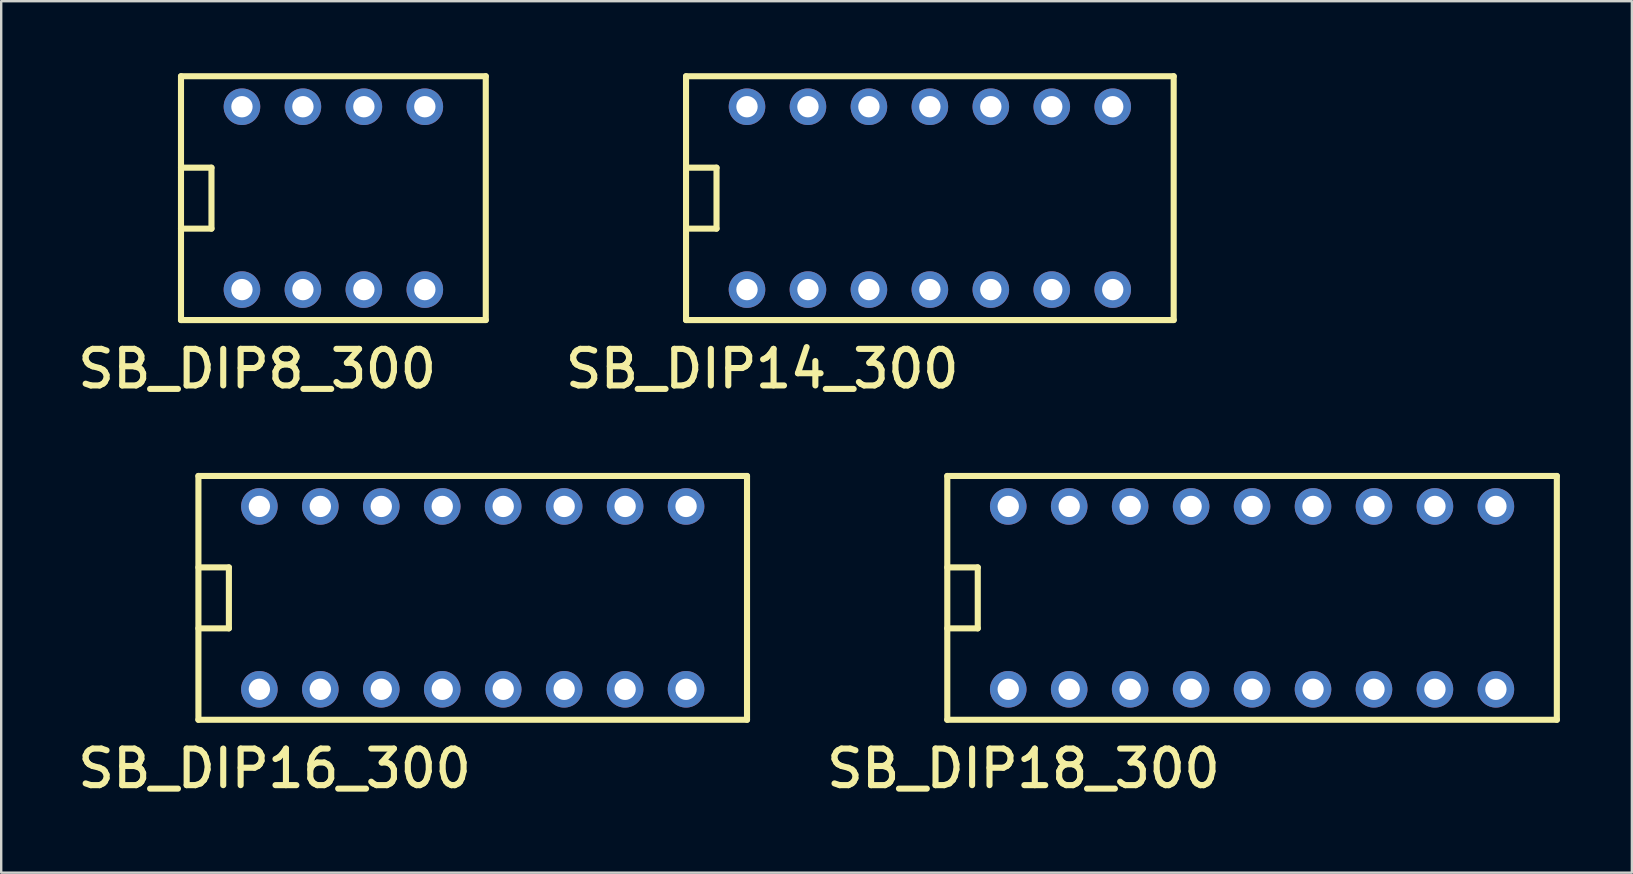
<source format=kicad_pcb>
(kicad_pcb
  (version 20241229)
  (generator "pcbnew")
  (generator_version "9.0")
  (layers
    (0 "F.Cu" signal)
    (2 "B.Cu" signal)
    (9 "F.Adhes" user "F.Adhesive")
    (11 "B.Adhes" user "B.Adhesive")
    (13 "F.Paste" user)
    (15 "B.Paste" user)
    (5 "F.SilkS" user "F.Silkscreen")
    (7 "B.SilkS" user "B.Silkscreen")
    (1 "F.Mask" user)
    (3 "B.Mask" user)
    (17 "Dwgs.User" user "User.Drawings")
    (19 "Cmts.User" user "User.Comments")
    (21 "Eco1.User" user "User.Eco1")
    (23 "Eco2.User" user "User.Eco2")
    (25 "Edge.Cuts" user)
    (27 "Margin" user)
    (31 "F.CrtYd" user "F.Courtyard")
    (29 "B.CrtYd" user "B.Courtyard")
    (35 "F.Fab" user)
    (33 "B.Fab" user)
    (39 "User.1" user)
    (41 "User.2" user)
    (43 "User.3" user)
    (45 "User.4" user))
  (footprint "SB_DIP14_300"
    (layer "F.Cu")
    (at 28.077 9.017)
    (property "Reference" "SB_DIP14_300" (at 0.635 3.302 0) (layer "F.SilkS") (effects (font (size 1.524 1.524) (thickness 0.254))))
    (attr through_hole)
    (fp_line (start -2.54 -8.89) (end -2.54 1.27) (stroke (width 0.254) (type solid)) (layer "F.SilkS"))
    (fp_line (start -2.54 -2.54) (end -1.27 -2.54) (stroke (width 0.254) (type solid)) (layer "F.SilkS"))
    (fp_line (start -2.54 1.27) (end 17.78 1.27) (stroke (width 0.254) (type solid)) (layer "F.SilkS"))
    (fp_line (start -1.27 -5.08) (end -2.54 -5.08) (stroke (width 0.254) (type solid)) (layer "F.SilkS"))
    (fp_line (start -1.27 -2.54) (end -1.27 -5.08) (stroke (width 0.254) (type solid)) (layer "F.SilkS"))
    (fp_line (start 17.78 -8.89) (end -2.54 -8.89) (stroke (width 0.254) (type solid)) (layer "F.SilkS"))
    (fp_line (start 17.78 1.27) (end 17.78 -8.89) (stroke (width 0.254) (type solid)) (layer "F.SilkS"))
    (pad "1" thru_hole circle (at 0 0) (size 1.524 1.524) (drill 0.889) (layers "*.Cu" "*.Mask"))
    (pad "2" thru_hole circle (at 2.54 0) (size 1.524 1.524) (drill 0.889) (layers "*.Cu" "*.Mask"))
    (pad "3" thru_hole circle (at 5.08 0) (size 1.524 1.524) (drill 0.889) (layers "*.Cu" "*.Mask"))
    (pad "4" thru_hole circle (at 7.62 0) (size 1.524 1.524) (drill 0.889) (layers "*.Cu" "*.Mask"))
    (pad "5" thru_hole circle (at 10.16 0) (size 1.524 1.524) (drill 0.889) (layers "*.Cu" "*.Mask"))
    (pad "6" thru_hole circle (at 12.7 0) (size 1.524 1.524) (drill 0.889) (layers "*.Cu" "*.Mask"))
    (pad "7" thru_hole circle (at 15.24 0) (size 1.524 1.524) (drill 0.889) (layers "*.Cu" "*.Mask"))
    (pad "8" thru_hole circle (at 15.24 -7.62) (size 1.524 1.524) (drill 0.889) (layers "*.Cu" "*.Mask"))
    (pad "9" thru_hole circle (at 12.7 -7.62) (size 1.524 1.524) (drill 0.889) (layers "*.Cu" "*.Mask"))
    (pad "10" thru_hole circle (at 10.16 -7.62) (size 1.524 1.524) (drill 0.889) (layers "*.Cu" "*.Mask"))
    (pad "11" thru_hole circle (at 7.62 -7.62) (size 1.524 1.524) (drill 0.889) (layers "*.Cu" "*.Mask"))
    (pad "12" thru_hole circle (at 5.08 -7.62) (size 1.524 1.524) (drill 0.889) (layers "*.Cu" "*.Mask"))
    (pad "13" thru_hole circle (at 2.54 -7.62) (size 1.524 1.524) (drill 0.889) (layers "*.Cu" "*.Mask"))
    (pad "14" thru_hole circle (at 0 -7.62) (size 1.524 1.524) (drill 0.889) (layers "*.Cu" "*.Mask")))
  (footprint "SB_DIP18_300"
    (layer "F.Cu")
    (at 38.963 25.673)
    (property "Reference" "SB_DIP18_300" (at 0.635 3.302 0) (layer "F.SilkS") (effects (font (size 1.524 1.524) (thickness 0.254))))
    (attr through_hole)
    (fp_line (start -2.54 -8.89) (end -2.54 1.27) (stroke (width 0.254) (type solid)) (layer "F.SilkS"))
    (fp_line (start -2.54 -2.54) (end -1.27 -2.54) (stroke (width 0.254) (type solid)) (layer "F.SilkS"))
    (fp_line (start -2.54 1.27) (end 22.86 1.27) (stroke (width 0.254) (type solid)) (layer "F.SilkS"))
    (fp_line (start -1.27 -5.08) (end -2.54 -5.08) (stroke (width 0.254) (type solid)) (layer "F.SilkS"))
    (fp_line (start -1.27 -2.54) (end -1.27 -5.08) (stroke (width 0.254) (type solid)) (layer "F.SilkS"))
    (fp_line (start 22.86 -8.89) (end -2.54 -8.89) (stroke (width 0.254) (type solid)) (layer "F.SilkS"))
    (fp_line (start 22.86 1.27) (end 22.86 -8.89) (stroke (width 0.254) (type solid)) (layer "F.SilkS"))
    (pad "1" thru_hole circle (at 0 0) (size 1.524 1.524) (drill 0.889) (layers "*.Cu" "*.Mask"))
    (pad "2" thru_hole circle (at 2.54 0) (size 1.524 1.524) (drill 0.889) (layers "*.Cu" "*.Mask"))
    (pad "3" thru_hole circle (at 5.08 0) (size 1.524 1.524) (drill 0.889) (layers "*.Cu" "*.Mask"))
    (pad "4" thru_hole circle (at 7.62 0) (size 1.524 1.524) (drill 0.889) (layers "*.Cu" "*.Mask"))
    (pad "5" thru_hole circle (at 10.16 0) (size 1.524 1.524) (drill 0.889) (layers "*.Cu" "*.Mask"))
    (pad "6" thru_hole circle (at 12.7 0) (size 1.524 1.524) (drill 0.889) (layers "*.Cu" "*.Mask"))
    (pad "7" thru_hole circle (at 15.24 0) (size 1.524 1.524) (drill 0.889) (layers "*.Cu" "*.Mask"))
    (pad "8" thru_hole circle (at 17.78 0) (size 1.524 1.524) (drill 0.889) (layers "*.Cu" "*.Mask"))
    (pad "9" thru_hole circle (at 20.32 0) (size 1.524 1.524) (drill 0.889) (layers "*.Cu" "*.Mask"))
    (pad "10" thru_hole circle (at 20.32 -7.62) (size 1.524 1.524) (drill 0.889) (layers "*.Cu" "*.Mask"))
    (pad "11" thru_hole circle (at 17.78 -7.62) (size 1.524 1.524) (drill 0.889) (layers "*.Cu" "*.Mask"))
    (pad "12" thru_hole circle (at 15.24 -7.62) (size 1.524 1.524) (drill 0.889) (layers "*.Cu" "*.Mask"))
    (pad "13" thru_hole circle (at 12.7 -7.62) (size 1.524 1.524) (drill 0.889) (layers "*.Cu" "*.Mask"))
    (pad "14" thru_hole circle (at 10.16 -7.62) (size 1.524 1.524) (drill 0.889) (layers "*.Cu" "*.Mask"))
    (pad "15" thru_hole circle (at 7.62 -7.62) (size 1.524 1.524) (drill 0.889) (layers "*.Cu" "*.Mask"))
    (pad "16" thru_hole circle (at 5.08 -7.62) (size 1.524 1.524) (drill 0.889) (layers "*.Cu" "*.Mask"))
    (pad "17" thru_hole circle (at 2.54 -7.62) (size 1.524 1.524) (drill 0.889) (layers "*.Cu" "*.Mask"))
    (pad "18" thru_hole circle (at 0 -7.62) (size 1.524 1.524) (drill 0.889) (layers "*.Cu" "*.Mask")))
  (footprint "SB_DIP16_300"
    (layer "F.Cu")
    (at 7.758 25.673)
    (property "Reference" "SB_DIP16_300" (at 0.635 3.302 0) (layer "F.SilkS") (effects (font (size 1.524 1.524) (thickness 0.254))))
    (attr through_hole)
    (fp_line (start -2.54 -8.89) (end -2.54 1.27) (stroke (width 0.254) (type solid)) (layer "F.SilkS"))
    (fp_line (start -2.54 -2.54) (end -1.27 -2.54) (stroke (width 0.254) (type solid)) (layer "F.SilkS"))
    (fp_line (start -2.54 1.27) (end 20.32 1.27) (stroke (width 0.254) (type solid)) (layer "F.SilkS"))
    (fp_line (start -1.27 -5.08) (end -2.54 -5.08) (stroke (width 0.254) (type solid)) (layer "F.SilkS"))
    (fp_line (start -1.27 -2.54) (end -1.27 -5.08) (stroke (width 0.254) (type solid)) (layer "F.SilkS"))
    (fp_line (start 20.32 -8.89) (end -2.54 -8.89) (stroke (width 0.254) (type solid)) (layer "F.SilkS"))
    (fp_line (start 20.32 1.27) (end 20.32 -8.89) (stroke (width 0.254) (type solid)) (layer "F.SilkS"))
    (pad "1" thru_hole circle (at 0 0) (size 1.524 1.524) (drill 0.889) (layers "*.Cu" "*.Mask"))
    (pad "2" thru_hole circle (at 2.54 0) (size 1.524 1.524) (drill 0.889) (layers "*.Cu" "*.Mask"))
    (pad "3" thru_hole circle (at 5.08 0) (size 1.524 1.524) (drill 0.889) (layers "*.Cu" "*.Mask"))
    (pad "4" thru_hole circle (at 7.62 0) (size 1.524 1.524) (drill 0.889) (layers "*.Cu" "*.Mask"))
    (pad "5" thru_hole circle (at 10.16 0) (size 1.524 1.524) (drill 0.889) (layers "*.Cu" "*.Mask"))
    (pad "6" thru_hole circle (at 12.7 0) (size 1.524 1.524) (drill 0.889) (layers "*.Cu" "*.Mask"))
    (pad "7" thru_hole circle (at 15.24 0) (size 1.524 1.524) (drill 0.889) (layers "*.Cu" "*.Mask"))
    (pad "8" thru_hole circle (at 17.78 0) (size 1.524 1.524) (drill 0.889) (layers "*.Cu" "*.Mask"))
    (pad "9" thru_hole circle (at 17.78 -7.62) (size 1.524 1.524) (drill 0.889) (layers "*.Cu" "*.Mask"))
    (pad "10" thru_hole circle (at 15.24 -7.62) (size 1.524 1.524) (drill 0.889) (layers "*.Cu" "*.Mask"))
    (pad "11" thru_hole circle (at 12.7 -7.62) (size 1.524 1.524) (drill 0.889) (layers "*.Cu" "*.Mask"))
    (pad "12" thru_hole circle (at 10.16 -7.62) (size 1.524 1.524) (drill 0.889) (layers "*.Cu" "*.Mask"))
    (pad "13" thru_hole circle (at 7.62 -7.62) (size 1.524 1.524) (drill 0.889) (layers "*.Cu" "*.Mask"))
    (pad "14" thru_hole circle (at 5.08 -7.62) (size 1.524 1.524) (drill 0.889) (layers "*.Cu" "*.Mask"))
    (pad "15" thru_hole circle (at 2.54 -7.62) (size 1.524 1.524) (drill 0.889) (layers "*.Cu" "*.Mask"))
    (pad "16" thru_hole circle (at 0 -7.62) (size 1.524 1.524) (drill 0.889) (layers "*.Cu" "*.Mask")))
  (footprint "SB_DIP8_300"
    (layer "F.Cu")
    (at 7.032 9.017)
    (property "Reference" "SB_DIP8_300" (at 0.635 3.302 0) (layer "F.SilkS") (effects (font (size 1.524 1.524) (thickness 0.254))))
    (attr through_hole)
    (fp_line (start -2.54 -8.89) (end -2.54 1.27) (stroke (width 0.254) (type solid)) (layer "F.SilkS"))
    (fp_line (start -2.54 -2.54) (end -1.27 -2.54) (stroke (width 0.254) (type solid)) (layer "F.SilkS"))
    (fp_line (start -2.54 1.27) (end 10.16 1.27) (stroke (width 0.254) (type solid)) (layer "F.SilkS"))
    (fp_line (start -1.27 -5.08) (end -2.54 -5.08) (stroke (width 0.254) (type solid)) (layer "F.SilkS"))
    (fp_line (start -1.27 -2.54) (end -1.27 -5.08) (stroke (width 0.254) (type solid)) (layer "F.SilkS"))
    (fp_line (start 10.16 -8.89) (end -2.54 -8.89) (stroke (width 0.254) (type solid)) (layer "F.SilkS"))
    (fp_line (start 10.16 1.27) (end 10.16 -8.89) (stroke (width 0.254) (type solid)) (layer "F.SilkS"))
    (pad "1" thru_hole circle (at 0 0) (size 1.524 1.524) (drill 0.889) (layers "*.Cu" "*.Mask"))
    (pad "2" thru_hole circle (at 2.54 0) (size 1.524 1.524) (drill 0.889) (layers "*.Cu" "*.Mask"))
    (pad "3" thru_hole circle (at 5.08 0) (size 1.524 1.524) (drill 0.889) (layers "*.Cu" "*.Mask"))
    (pad "4" thru_hole circle (at 7.62 0) (size 1.524 1.524) (drill 0.889) (layers "*.Cu" "*.Mask"))
    (pad "5" thru_hole circle (at 7.62 -7.62) (size 1.524 1.524) (drill 0.889) (layers "*.Cu" "*.Mask"))
    (pad "6" thru_hole circle (at 5.08 -7.62) (size 1.524 1.524) (drill 0.889) (layers "*.Cu" "*.Mask"))
    (pad "7" thru_hole circle (at 2.54 -7.62) (size 1.524 1.524) (drill 0.889) (layers "*.Cu" "*.Mask"))
    (pad "8" thru_hole circle (at 0 -7.62) (size 1.524 1.524) (drill 0.889) (layers "*.Cu" "*.Mask")))
  (gr_rect
    (start -3 -3)
    (end 64.95 33.313)
    (stroke (width 0.1) (type default))
    (fill no)
    (layer "Edge.Cuts")))
</source>
